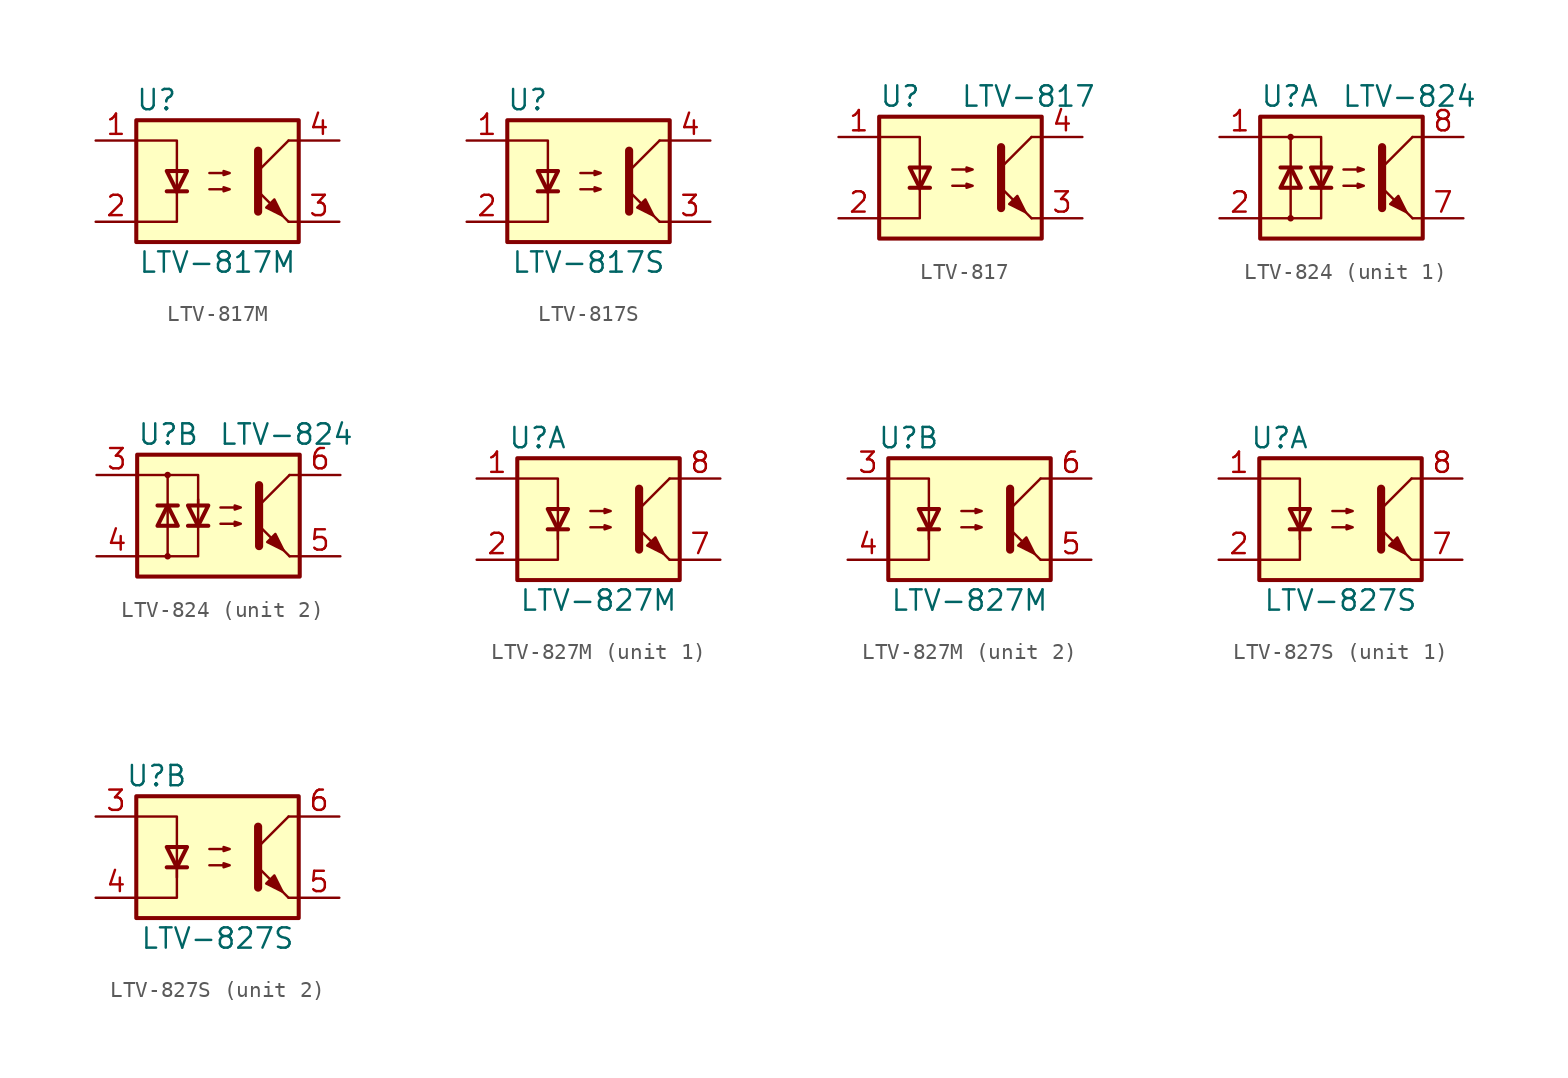
<source format=kicad_sym>
(kicad_symbol_lib
  (version 20201005)
  (generator kicad_symbol_editor)
  (symbol "LTV-817M"
    (pin_names
      (offset 1.016))
    (property "Reference" "U"
      (at -3.81 5.08 0)
      (effects (font (size 1.27 1.27))))
    (property "Value" "LTV-817M"
      (at 0 -5.08 0)
      (effects (font (size 1.27 1.27))))
    (symbol "LTV-817M_1_1"
      (rectangle (start -5.08 3.81) (end 5.08 -3.81) (stroke (width 0.254)) (fill (type background)))
      (polyline (pts (xy -3.175 -0.635) (xy -1.905 -0.635)) (stroke (width 0.254)) (fill (type none)))
      (polyline (pts (xy 2.54 0.635) (xy 4.445 2.54)) (stroke (width 0)) (fill (type none)))
      (polyline (pts (xy 4.445 -2.54) (xy 5.08 -2.54)) (stroke (width 0)) (fill (type none)))
      (polyline (pts (xy 4.445 2.54) (xy 5.08 2.54)) (stroke (width 0)) (fill (type none)))
      (polyline (pts (xy -5.08 2.54) (xy -2.54 2.54) (xy -2.54 -0.762)) (stroke (width 0)) (fill (type none)))
      (polyline (pts (xy -2.54 -0.635) (xy -2.54 -2.54) (xy -5.08 -2.54)) (stroke (width 0)) (fill (type none)))
      (polyline (pts (xy 2.54 1.905) (xy 2.54 -1.905) (xy 2.54 -1.905)) (stroke (width 0.508)) (fill (type none)))
      (polyline (pts (xy -2.54 -0.635) (xy -3.175 0.635) (xy -1.905 0.635) (xy -2.54 -0.635)) (stroke (width 0.254)) (fill (type none)))
      (polyline (pts (xy -0.508 -0.508) (xy 0.762 -0.508) (xy 0.381 -0.635) (xy 0.381 -0.381) (xy 0.762 -0.508)) (stroke (width 0)) (fill (type none)))
      (polyline (pts (xy -0.508 0.508) (xy 0.762 0.508) (xy 0.381 0.381) (xy 0.381 0.635) (xy 0.762 0.508)) (stroke (width 0)) (fill (type none)))
      (polyline (pts (xy 4.445 -2.54) (xy 2.54 -0.635)) (stroke (width 0)) (fill (type outline)))
      (polyline (pts (xy 3.048 -1.651) (xy 3.556 -1.143) (xy 4.064 -2.159) (xy 3.048 -1.651) (xy 3.048 -1.651)) (stroke (width 0)) (fill (type outline)))
      (pin passive line (at -7.62 2.54 0) (length 2.54) (name "~" (effects (font (size 1.27 1.27)))) (number "1" (effects (font (size 1.27 1.27)))))
      (pin passive line (at -7.62 -2.54 0) (length 2.54) (name "~" (effects (font (size 1.27 1.27)))) (number "2" (effects (font (size 1.27 1.27)))))
      (pin passive line (at 7.62 -2.54 180) (length 2.54) (name "~" (effects (font (size 1.27 1.27)))) (number "3" (effects (font (size 1.27 1.27)))))
      (pin passive line (at 7.62 2.54 180) (length 2.54) (name "~" (effects (font (size 1.27 1.27)))) (number "4" (effects (font (size 1.27 1.27)))))))
  (symbol "LTV-817S"
    (pin_names
      (offset 1.016))
    (property "Reference" "U"
      (at -3.81 5.08 0)
      (effects (font (size 1.27 1.27))))
    (property "Value" "LTV-817S"
      (at 0 -5.08 0)
      (effects (font (size 1.27 1.27))))
    (symbol "LTV-817S_1_1"
      (rectangle (start -5.08 3.81) (end 5.08 -3.81) (stroke (width 0.254)) (fill (type background)))
      (polyline (pts (xy -3.175 -0.635) (xy -1.905 -0.635)) (stroke (width 0.254)) (fill (type none)))
      (polyline (pts (xy 2.54 0.635) (xy 4.445 2.54)) (stroke (width 0)) (fill (type none)))
      (polyline (pts (xy 4.445 -2.54) (xy 5.08 -2.54)) (stroke (width 0)) (fill (type none)))
      (polyline (pts (xy 4.445 2.54) (xy 5.08 2.54)) (stroke (width 0)) (fill (type none)))
      (polyline (pts (xy -5.08 2.54) (xy -2.54 2.54) (xy -2.54 -0.762)) (stroke (width 0)) (fill (type none)))
      (polyline (pts (xy -2.54 -0.635) (xy -2.54 -2.54) (xy -5.08 -2.54)) (stroke (width 0)) (fill (type none)))
      (polyline (pts (xy 2.54 1.905) (xy 2.54 -1.905) (xy 2.54 -1.905)) (stroke (width 0.508)) (fill (type none)))
      (polyline (pts (xy -2.54 -0.635) (xy -3.175 0.635) (xy -1.905 0.635) (xy -2.54 -0.635)) (stroke (width 0.254)) (fill (type none)))
      (polyline (pts (xy -0.508 -0.508) (xy 0.762 -0.508) (xy 0.381 -0.635) (xy 0.381 -0.381) (xy 0.762 -0.508)) (stroke (width 0)) (fill (type none)))
      (polyline (pts (xy -0.508 0.508) (xy 0.762 0.508) (xy 0.381 0.381) (xy 0.381 0.635) (xy 0.762 0.508)) (stroke (width 0)) (fill (type none)))
      (polyline (pts (xy 4.445 -2.54) (xy 2.54 -0.635)) (stroke (width 0)) (fill (type outline)))
      (polyline (pts (xy 3.048 -1.651) (xy 3.556 -1.143) (xy 4.064 -2.159) (xy 3.048 -1.651) (xy 3.048 -1.651)) (stroke (width 0)) (fill (type outline)))
      (pin passive line (at -7.62 2.54 0) (length 2.54) (name "~" (effects (font (size 1.27 1.27)))) (number "1" (effects (font (size 1.27 1.27)))))
      (pin passive line (at -7.62 -2.54 0) (length 2.54) (name "~" (effects (font (size 1.27 1.27)))) (number "2" (effects (font (size 1.27 1.27)))))
      (pin passive line (at 7.62 -2.54 180) (length 2.54) (name "~" (effects (font (size 1.27 1.27)))) (number "3" (effects (font (size 1.27 1.27)))))
      (pin passive line (at 7.62 2.54 180) (length 2.54) (name "~" (effects (font (size 1.27 1.27)))) (number "4" (effects (font (size 1.27 1.27)))))))
  (symbol "LTV-817"
    (pin_names
      (offset 1.016))
    (property "Reference" "U"
      (at -5.08 5.08 0)
      (effects (font (size 1.27 1.27)) (justify left)))
    (property "Value" "LTV-817"
      (at 0 5.08 0)
      (effects (font (size 1.27 1.27)) (justify left)))
    (symbol "LTV-817_0_1"
      (rectangle (start -5.08 3.81) (end 5.08 -3.81) (stroke (width 0.254)) (fill (type background)))
      (polyline (pts (xy -3.175 -0.635) (xy -1.905 -0.635)) (stroke (width 0.254)) (fill (type none)))
      (polyline (pts (xy 2.54 0.635) (xy 4.445 2.54)) (stroke (width 0)) (fill (type none)))
      (polyline (pts (xy 4.445 -2.54) (xy 5.08 -2.54)) (stroke (width 0)) (fill (type none)))
      (polyline (pts (xy 4.445 2.54) (xy 5.08 2.54)) (stroke (width 0)) (fill (type none)))
      (polyline (pts (xy -5.08 2.54) (xy -2.54 2.54) (xy -2.54 -0.762)) (stroke (width 0)) (fill (type none)))
      (polyline (pts (xy -2.54 -0.635) (xy -2.54 -2.54) (xy -5.08 -2.54)) (stroke (width 0)) (fill (type none)))
      (polyline (pts (xy 2.54 1.905) (xy 2.54 -1.905) (xy 2.54 -1.905)) (stroke (width 0.508)) (fill (type none)))
      (polyline (pts (xy -2.54 -0.635) (xy -3.175 0.635) (xy -1.905 0.635) (xy -2.54 -0.635)) (stroke (width 0.254)) (fill (type none)))
      (polyline (pts (xy -0.508 -0.508) (xy 0.762 -0.508) (xy 0.381 -0.635) (xy 0.381 -0.381) (xy 0.762 -0.508)) (stroke (width 0)) (fill (type none)))
      (polyline (pts (xy -0.508 0.508) (xy 0.762 0.508) (xy 0.381 0.381) (xy 0.381 0.635) (xy 0.762 0.508)) (stroke (width 0)) (fill (type none)))
      (polyline (pts (xy 4.445 -2.54) (xy 2.54 -0.635)) (stroke (width 0)) (fill (type outline)))
      (polyline (pts (xy 3.048 -1.651) (xy 3.556 -1.143) (xy 4.064 -2.159) (xy 3.048 -1.651) (xy 3.048 -1.651)) (stroke (width 0)) (fill (type outline))))
    (symbol "LTV-817_1_1"
      (pin passive line (at -7.62 2.54 0) (length 2.54) (name "~" (effects (font (size 1.27 1.27)))) (number "1" (effects (font (size 1.27 1.27)))))
      (pin passive line (at -7.62 -2.54 0) (length 2.54) (name "~" (effects (font (size 1.27 1.27)))) (number "2" (effects (font (size 1.27 1.27)))))
      (pin passive line (at 7.62 -2.54 180) (length 2.54) (name "~" (effects (font (size 1.27 1.27)))) (number "3" (effects (font (size 1.27 1.27)))))
      (pin passive line (at 7.62 2.54 180) (length 2.54) (name "~" (effects (font (size 1.27 1.27)))) (number "4" (effects (font (size 1.27 1.27)))))))
  (symbol "LTV-824"
    (pin_names
      (offset 1.016))
    (property "Reference" "U"
      (at -5.08 5.08 0)
      (effects (font (size 1.27 1.27)) (justify left)))
    (property "Value" "LTV-824"
      (at 0 5.08 0)
      (effects (font (size 1.27 1.27)) (justify left)))
    (symbol "LTV-824_0_1"
      (circle (center -3.175 -2.54) (radius 0.127) (stroke (width 0)) (fill (type none)))
      (circle (center -3.175 2.54) (radius 0.127) (stroke (width 0)) (fill (type none)))
      (rectangle (start -5.08 3.81) (end 5.08 -3.81) (stroke (width 0.254)) (fill (type background)))
      (polyline (pts (xy -3.81 0.635) (xy -2.54 0.635)) (stroke (width 0.254)) (fill (type none)))
      (polyline (pts (xy -3.175 0.635) (xy -3.175 -2.54)) (stroke (width 0)) (fill (type none)))
      (polyline (pts (xy -3.175 0.635) (xy -3.175 2.54)) (stroke (width 0)) (fill (type none)))
      (polyline (pts (xy -1.905 -0.635) (xy -0.635 -0.635)) (stroke (width 0.254)) (fill (type none)))
      (polyline (pts (xy 2.54 0.635) (xy 4.445 2.54)) (stroke (width 0)) (fill (type none)))
      (polyline (pts (xy 4.445 -2.54) (xy 5.08 -2.54)) (stroke (width 0)) (fill (type none)))
      (polyline (pts (xy 4.445 2.54) (xy 5.08 2.54)) (stroke (width 0)) (fill (type none)))
      (polyline (pts (xy -5.08 2.54) (xy -1.27 2.54) (xy -1.27 0.635)) (stroke (width 0)) (fill (type none)))
      (polyline (pts (xy -1.27 1.016) (xy -1.27 -2.54) (xy -5.08 -2.54)) (stroke (width 0)) (fill (type none)))
      (polyline (pts (xy 2.54 1.905) (xy 2.54 -1.905) (xy 2.54 -1.905)) (stroke (width 0.508)) (fill (type none)))
      (polyline (pts (xy -3.175 0.635) (xy -3.81 -0.635) (xy -2.54 -0.635) (xy -3.175 0.635)) (stroke (width 0.254)) (fill (type none)))
      (polyline (pts (xy -1.27 -0.635) (xy -1.905 0.635) (xy -0.635 0.635) (xy -1.27 -0.635)) (stroke (width 0.254)) (fill (type none)))
      (polyline (pts (xy 0.127 -0.508) (xy 1.397 -0.508) (xy 1.016 -0.635) (xy 1.016 -0.381) (xy 1.397 -0.508)) (stroke (width 0)) (fill (type none)))
      (polyline (pts (xy 0.127 0.508) (xy 1.397 0.508) (xy 1.016 0.381) (xy 1.016 0.635) (xy 1.397 0.508)) (stroke (width 0)) (fill (type none)))
      (polyline (pts (xy 4.445 -2.54) (xy 2.54 -0.635)) (stroke (width 0)) (fill (type outline)))
      (polyline (pts (xy 3.048 -1.651) (xy 3.556 -1.143) (xy 4.064 -2.159) (xy 3.048 -1.651) (xy 3.048 -1.651)) (stroke (width 0)) (fill (type outline))))
    (symbol "LTV-824_1_1"
      (pin passive line (at -7.62 2.54 0) (length 2.54) (name "~" (effects (font (size 1.27 1.27)))) (number "1" (effects (font (size 1.27 1.27)))))
      (pin passive line (at -7.62 -2.54 0) (length 2.54) (name "~" (effects (font (size 1.27 1.27)))) (number "2" (effects (font (size 1.27 1.27)))))
      (pin passive line (at 7.62 -2.54 180) (length 2.54) (name "~" (effects (font (size 1.27 1.27)))) (number "7" (effects (font (size 1.27 1.27)))))
      (pin passive line (at 7.62 2.54 180) (length 2.54) (name "~" (effects (font (size 1.27 1.27)))) (number "8" (effects (font (size 1.27 1.27))))))
    (symbol "LTV-824_2_1"
      (pin passive line (at -7.62 2.54 0) (length 2.54) (name "~" (effects (font (size 1.27 1.27)))) (number "3" (effects (font (size 1.27 1.27)))))
      (pin passive line (at -7.62 -2.54 0) (length 2.54) (name "~" (effects (font (size 1.27 1.27)))) (number "4" (effects (font (size 1.27 1.27)))))
      (pin passive line (at 7.62 -2.54 180) (length 2.54) (name "~" (effects (font (size 1.27 1.27)))) (number "5" (effects (font (size 1.27 1.27)))))
      (pin passive line (at 7.62 2.54 180) (length 2.54) (name "~" (effects (font (size 1.27 1.27)))) (number "6" (effects (font (size 1.27 1.27)))))))
  (symbol "LTV-827M"
    (pin_names
      (offset 1.016))
    (property "Reference" "U"
      (at -3.81 5.08 0)
      (effects (font (size 1.27 1.27))))
    (property "Value" "LTV-827M"
      (at 0 -5.08 0)
      (effects (font (size 1.27 1.27))))
    (symbol "LTV-827M_0_1"
      (rectangle (start -5.08 3.81) (end 5.08 -3.81) (stroke (width 0.254)) (fill (type background)))
      (polyline (pts (xy -3.175 -0.635) (xy -1.905 -0.635)) (stroke (width 0.254)) (fill (type none)))
      (polyline (pts (xy 2.54 0.635) (xy 4.445 2.54)) (stroke (width 0)) (fill (type none)))
      (polyline (pts (xy 4.445 -2.54) (xy 5.08 -2.54)) (stroke (width 0)) (fill (type none)))
      (polyline (pts (xy 4.445 2.54) (xy 5.08 2.54)) (stroke (width 0)) (fill (type none)))
      (polyline (pts (xy -2.54 -0.635) (xy -2.54 -2.54) (xy -5.08 -2.54)) (stroke (width 0)) (fill (type none)))
      (polyline (pts (xy 2.54 1.905) (xy 2.54 -1.905) (xy 2.54 -1.905)) (stroke (width 0.508)) (fill (type none)))
      (polyline (pts (xy -5.08 2.54) (xy -2.54 2.54) (xy -2.54 -1.27) (xy -2.54 0.635)) (stroke (width 0)) (fill (type none)))
      (polyline (pts (xy -2.54 -0.635) (xy -3.175 0.635) (xy -1.905 0.635) (xy -2.54 -0.635)) (stroke (width 0.254)) (fill (type none)))
      (polyline (pts (xy -0.508 -0.508) (xy 0.762 -0.508) (xy 0.381 -0.635) (xy 0.381 -0.381) (xy 0.762 -0.508)) (stroke (width 0)) (fill (type none)))
      (polyline (pts (xy -0.508 0.508) (xy 0.762 0.508) (xy 0.381 0.381) (xy 0.381 0.635) (xy 0.762 0.508)) (stroke (width 0)) (fill (type none)))
      (polyline (pts (xy 4.445 -2.54) (xy 2.54 -0.635)) (stroke (width 0)) (fill (type outline)))
      (polyline (pts (xy 3.048 -1.651) (xy 3.556 -1.143) (xy 4.064 -2.159) (xy 3.048 -1.651) (xy 3.048 -1.651)) (stroke (width 0)) (fill (type outline))))
    (symbol "LTV-827M_1_1"
      (pin passive line (at -7.62 2.54 0) (length 2.54) (name "~" (effects (font (size 1.27 1.27)))) (number "1" (effects (font (size 1.27 1.27)))))
      (pin passive line (at -7.62 -2.54 0) (length 2.54) (name "~" (effects (font (size 1.27 1.27)))) (number "2" (effects (font (size 1.27 1.27)))))
      (pin passive line (at 7.62 -2.54 180) (length 2.54) (name "~" (effects (font (size 1.27 1.27)))) (number "7" (effects (font (size 1.27 1.27)))))
      (pin passive line (at 7.62 2.54 180) (length 2.54) (name "~" (effects (font (size 1.27 1.27)))) (number "8" (effects (font (size 1.27 1.27))))))
    (symbol "LTV-827M_2_1"
      (pin passive line (at -7.62 2.54 0) (length 2.54) (name "~" (effects (font (size 1.27 1.27)))) (number "3" (effects (font (size 1.27 1.27)))))
      (pin passive line (at -7.62 -2.54 0) (length 2.54) (name "~" (effects (font (size 1.27 1.27)))) (number "4" (effects (font (size 1.27 1.27)))))
      (pin passive line (at 7.62 -2.54 180) (length 2.54) (name "~" (effects (font (size 1.27 1.27)))) (number "5" (effects (font (size 1.27 1.27)))))
      (pin passive line (at 7.62 2.54 180) (length 2.54) (name "~" (effects (font (size 1.27 1.27)))) (number "6" (effects (font (size 1.27 1.27)))))))
  (symbol "LTV-827S"
    (pin_names
      (offset 1.016))
    (property "Reference" "U"
      (at -3.81 5.08 0)
      (effects (font (size 1.27 1.27))))
    (property "Value" "LTV-827S"
      (at 0 -5.08 0)
      (effects (font (size 1.27 1.27))))
    (symbol "LTV-827S_0_1"
      (rectangle (start -5.08 3.81) (end 5.08 -3.81) (stroke (width 0.254)) (fill (type background)))
      (polyline (pts (xy -3.175 -0.635) (xy -1.905 -0.635)) (stroke (width 0.254)) (fill (type none)))
      (polyline (pts (xy 2.54 0.635) (xy 4.445 2.54)) (stroke (width 0)) (fill (type none)))
      (polyline (pts (xy 4.445 -2.54) (xy 5.08 -2.54)) (stroke (width 0)) (fill (type none)))
      (polyline (pts (xy 4.445 2.54) (xy 5.08 2.54)) (stroke (width 0)) (fill (type none)))
      (polyline (pts (xy -2.54 -0.635) (xy -2.54 -2.54) (xy -5.08 -2.54)) (stroke (width 0)) (fill (type none)))
      (polyline (pts (xy 2.54 1.905) (xy 2.54 -1.905) (xy 2.54 -1.905)) (stroke (width 0.508)) (fill (type none)))
      (polyline (pts (xy -5.08 2.54) (xy -2.54 2.54) (xy -2.54 -1.27) (xy -2.54 0.635)) (stroke (width 0)) (fill (type none)))
      (polyline (pts (xy -2.54 -0.635) (xy -3.175 0.635) (xy -1.905 0.635) (xy -2.54 -0.635)) (stroke (width 0.254)) (fill (type none)))
      (polyline (pts (xy -0.508 -0.508) (xy 0.762 -0.508) (xy 0.381 -0.635) (xy 0.381 -0.381) (xy 0.762 -0.508)) (stroke (width 0)) (fill (type none)))
      (polyline (pts (xy -0.508 0.508) (xy 0.762 0.508) (xy 0.381 0.381) (xy 0.381 0.635) (xy 0.762 0.508)) (stroke (width 0)) (fill (type none)))
      (polyline (pts (xy 4.445 -2.54) (xy 2.54 -0.635)) (stroke (width 0)) (fill (type outline)))
      (polyline (pts (xy 3.048 -1.651) (xy 3.556 -1.143) (xy 4.064 -2.159) (xy 3.048 -1.651) (xy 3.048 -1.651)) (stroke (width 0)) (fill (type outline))))
    (symbol "LTV-827S_1_1"
      (pin passive line (at -7.62 2.54 0) (length 2.54) (name "~" (effects (font (size 1.27 1.27)))) (number "1" (effects (font (size 1.27 1.27)))))
      (pin passive line (at -7.62 -2.54 0) (length 2.54) (name "~" (effects (font (size 1.27 1.27)))) (number "2" (effects (font (size 1.27 1.27)))))
      (pin passive line (at 7.62 -2.54 180) (length 2.54) (name "~" (effects (font (size 1.27 1.27)))) (number "7" (effects (font (size 1.27 1.27)))))
      (pin passive line (at 7.62 2.54 180) (length 2.54) (name "~" (effects (font (size 1.27 1.27)))) (number "8" (effects (font (size 1.27 1.27))))))
    (symbol "LTV-827S_2_1"
      (pin passive line (at -7.62 2.54 0) (length 2.54) (name "~" (effects (font (size 1.27 1.27)))) (number "3" (effects (font (size 1.27 1.27)))))
      (pin passive line (at -7.62 -2.54 0) (length 2.54) (name "~" (effects (font (size 1.27 1.27)))) (number "4" (effects (font (size 1.27 1.27)))))
      (pin passive line (at 7.62 -2.54 180) (length 2.54) (name "~" (effects (font (size 1.27 1.27)))) (number "5" (effects (font (size 1.27 1.27)))))
      (pin passive line (at 7.62 2.54 180) (length 2.54) (name "~" (effects (font (size 1.27 1.27)))) (number "6" (effects (font (size 1.27 1.27))))))))
</source>
